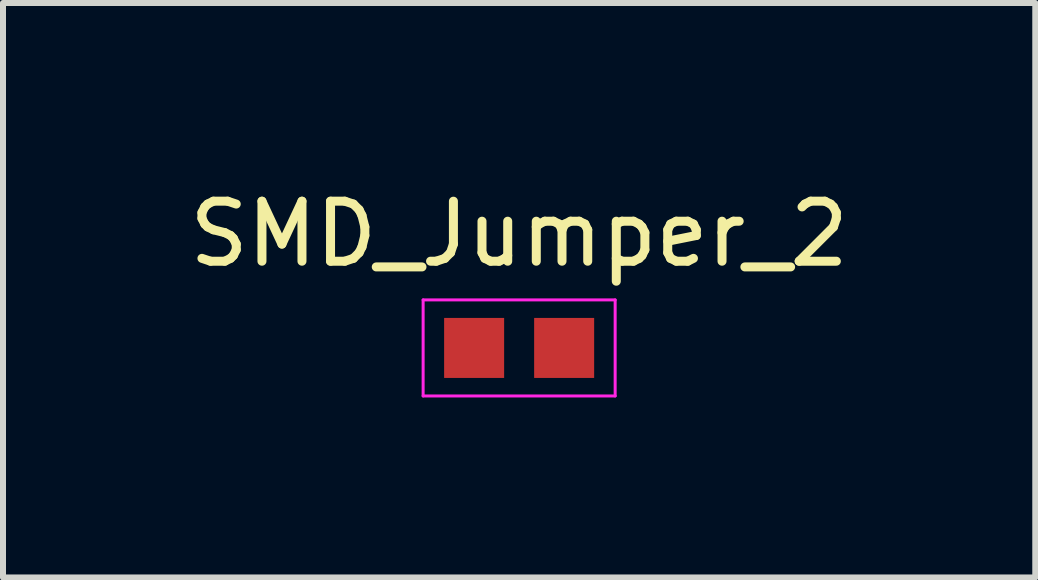
<source format=kicad_pcb>
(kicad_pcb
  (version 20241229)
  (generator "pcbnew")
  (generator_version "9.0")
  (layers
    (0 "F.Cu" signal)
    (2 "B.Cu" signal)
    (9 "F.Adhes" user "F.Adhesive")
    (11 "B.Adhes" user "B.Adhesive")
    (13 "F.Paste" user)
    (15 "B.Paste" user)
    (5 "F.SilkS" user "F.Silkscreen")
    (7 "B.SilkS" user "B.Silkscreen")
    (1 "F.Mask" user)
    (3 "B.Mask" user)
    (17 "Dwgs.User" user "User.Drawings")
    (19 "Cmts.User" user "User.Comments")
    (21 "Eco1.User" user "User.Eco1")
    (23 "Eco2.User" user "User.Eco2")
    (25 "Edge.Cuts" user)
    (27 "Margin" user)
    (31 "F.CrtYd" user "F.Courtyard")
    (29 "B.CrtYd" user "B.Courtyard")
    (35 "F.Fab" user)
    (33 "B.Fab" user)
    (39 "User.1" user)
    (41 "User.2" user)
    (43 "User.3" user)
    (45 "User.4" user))
  (footprint "SMD_Jumper_2"
    (layer "F.Cu")
    (at 5.601 2.748)
    (property "Reference" "SMD_Jumper_2" (at 0 -1.9 0) (layer "F.SilkS") (effects (font (size 1 1) (thickness 0.15))))
    (attr smd)
    (fp_line (start -1.6 -0.8) (end -1.6 0.8) (stroke (width 0.05) (type solid)) (layer "F.CrtYd"))
    (fp_line (start -1.6 -0.8) (end 1.6 -0.8) (stroke (width 0.05) (type solid)) (layer "F.CrtYd"))
    (fp_line (start -1.6 0.8) (end 1.6 0.8) (stroke (width 0.05) (type solid)) (layer "F.CrtYd"))
    (fp_line (start 1.6 -0.8) (end 1.6 0.8) (stroke (width 0.05) (type solid)) (layer "F.CrtYd"))
    (pad "1" smd rect (at -0.75 0) (size 1 1) (layers "F.Cu" "F.Mask" "F.Paste"))
    (pad "2" smd rect (at 0.75 0) (size 1 1) (layers "F.Cu" "F.Mask" "F.Paste")))
  (gr_rect
    (start -3 -3)
    (end 14.202 6.573)
    (stroke (width 0.1) (type default))
    (fill no)
    (layer "Edge.Cuts")))
</source>
